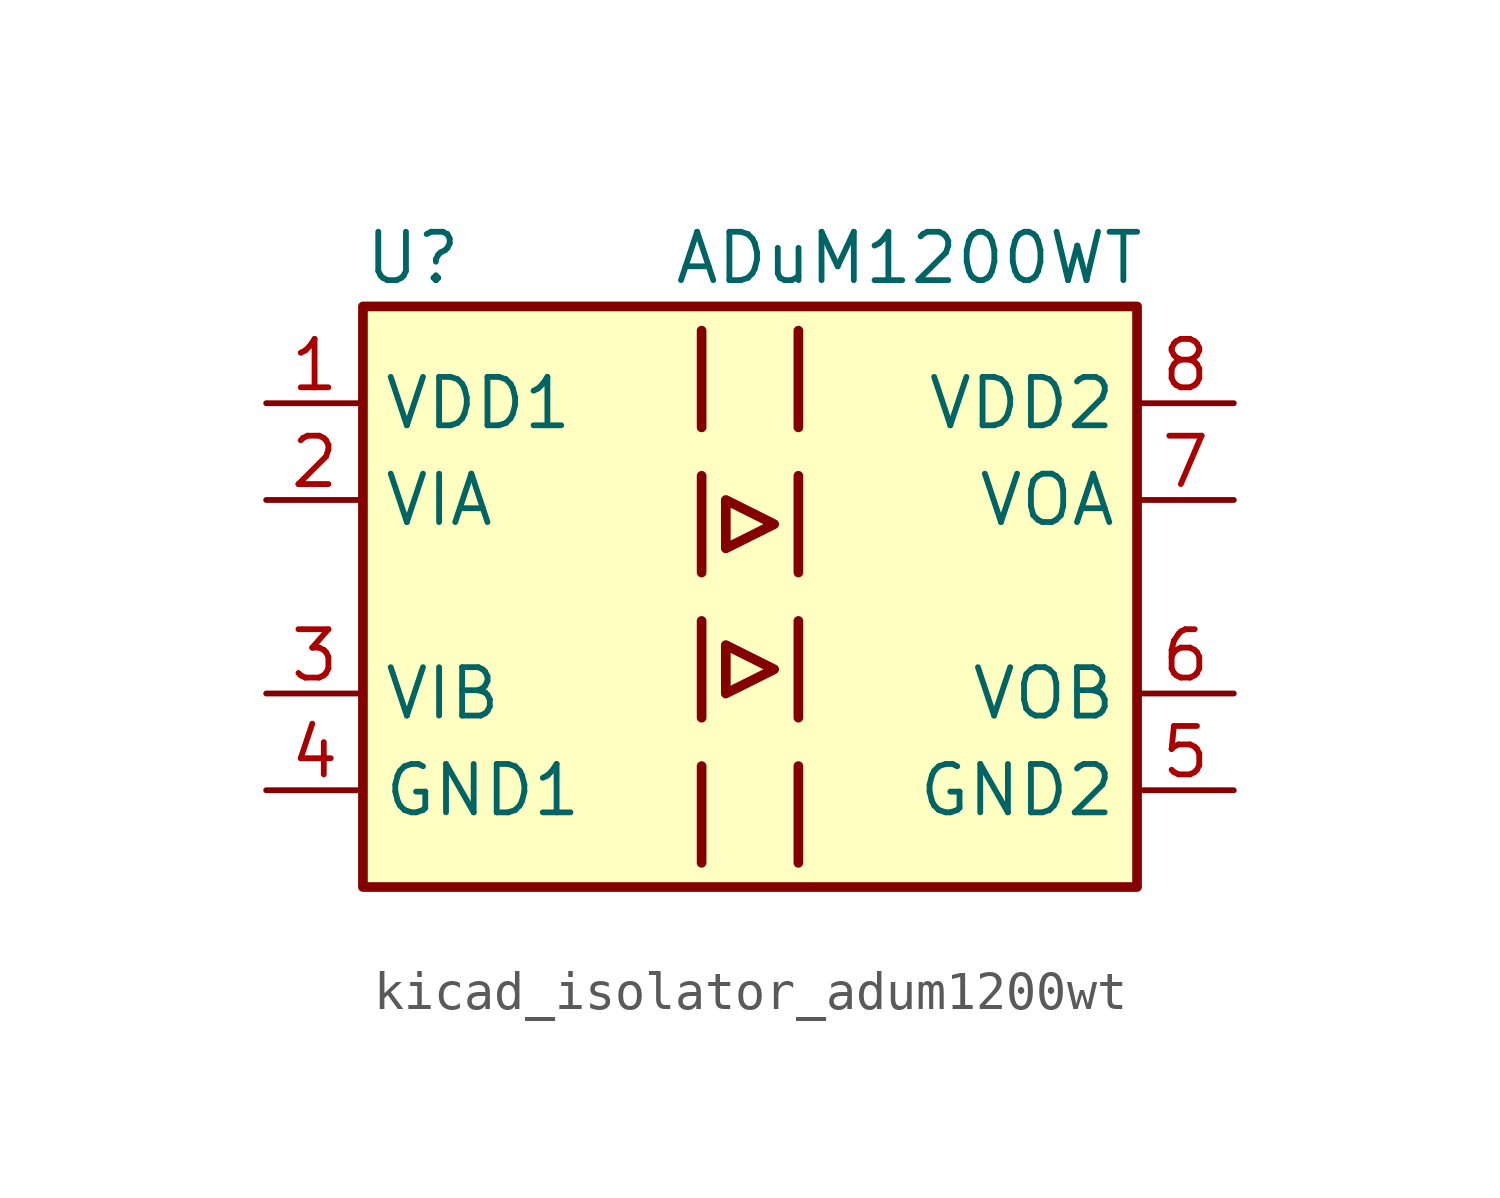
<source format=kicad_sym>
(kicad_symbol_lib
  (version 20220914)
  (generator kicad_symbol_editor)
  (symbol "kicad_isolator_adum1200wt"
    (property "Reference" "U"
      (at -10.16 8.89 0)
      (effects (font (size 1.27 1.27)) (justify left)))
    (property "Value" "ADuM1200WT"
      (at -2.032 8.89 0)
      (effects (font (size 1.27 1.27)) (justify left)))
    (symbol "kicad_isolator_adum1200wt_0_1"
      (rectangle (start -10.16 7.62) (end 10.16 -7.62) (stroke (width 0.254) (type default)) (fill (type background)))
      (polyline (pts (xy -1.27 -4.445) (xy -1.27 -6.985)) (stroke (width 0.254) (type default)) (fill (type none)))
      (polyline (pts (xy -1.27 -0.635) (xy -1.27 -3.175)) (stroke (width 0.254) (type default)) (fill (type none)))
      (polyline (pts (xy -1.27 3.175) (xy -1.27 0.635)) (stroke (width 0.254) (type default)) (fill (type none)))
      (polyline (pts (xy -1.27 6.985) (xy -1.27 4.445)) (stroke (width 0.254) (type default)) (fill (type none)))
      (polyline (pts (xy 1.27 -4.445) (xy 1.27 -6.985)) (stroke (width 0.254) (type default)) (fill (type none)))
      (polyline (pts (xy 1.27 -0.635) (xy 1.27 -3.175)) (stroke (width 0.254) (type default)) (fill (type none)))
      (polyline (pts (xy 1.27 3.175) (xy 1.27 0.635)) (stroke (width 0.254) (type default)) (fill (type none)))
      (polyline (pts (xy 1.27 6.985) (xy 1.27 4.445)) (stroke (width 0.254) (type default)) (fill (type none)))
      (polyline (pts (xy -0.635 -1.27) (xy -0.635 -2.54) (xy 0.635 -1.905) (xy -0.635 -1.27)) (stroke (width 0.254) (type default)) (fill (type none)))
      (polyline (pts (xy -0.635 1.27) (xy 0.635 1.905) (xy -0.635 2.54) (xy -0.635 1.27)) (stroke (width 0.254) (type default)) (fill (type none))))
    (symbol "kicad_isolator_adum1200wt_1_1"
      (pin power_in line (at -12.7 5.08 0) (length 2.54) (name "VDD1" (effects (font (size 1.27 1.27)))) (number "1" (effects (font (size 1.27 1.27)))))
      (pin input line (at -12.7 2.54 0) (length 2.54) (name "VIA" (effects (font (size 1.27 1.27)))) (number "2" (effects (font (size 1.27 1.27)))))
      (pin input line (at -12.7 -2.54 0) (length 2.54) (name "VIB" (effects (font (size 1.27 1.27)))) (number "3" (effects (font (size 1.27 1.27)))))
      (pin power_in line (at -12.7 -5.08 0) (length 2.54) (name "GND1" (effects (font (size 1.27 1.27)))) (number "4" (effects (font (size 1.27 1.27)))))
      (pin power_in line (at 12.7 -5.08 180) (length 2.54) (name "GND2" (effects (font (size 1.27 1.27)))) (number "5" (effects (font (size 1.27 1.27)))))
      (pin output line (at 12.7 -2.54 180) (length 2.54) (name "VOB" (effects (font (size 1.27 1.27)))) (number "6" (effects (font (size 1.27 1.27)))))
      (pin output line (at 12.7 2.54 180) (length 2.54) (name "VOA" (effects (font (size 1.27 1.27)))) (number "7" (effects (font (size 1.27 1.27)))))
      (pin power_in line (at 12.7 5.08 180) (length 2.54) (name "VDD2" (effects (font (size 1.27 1.27)))) (number "8" (effects (font (size 1.27 1.27))))))))
</source>
